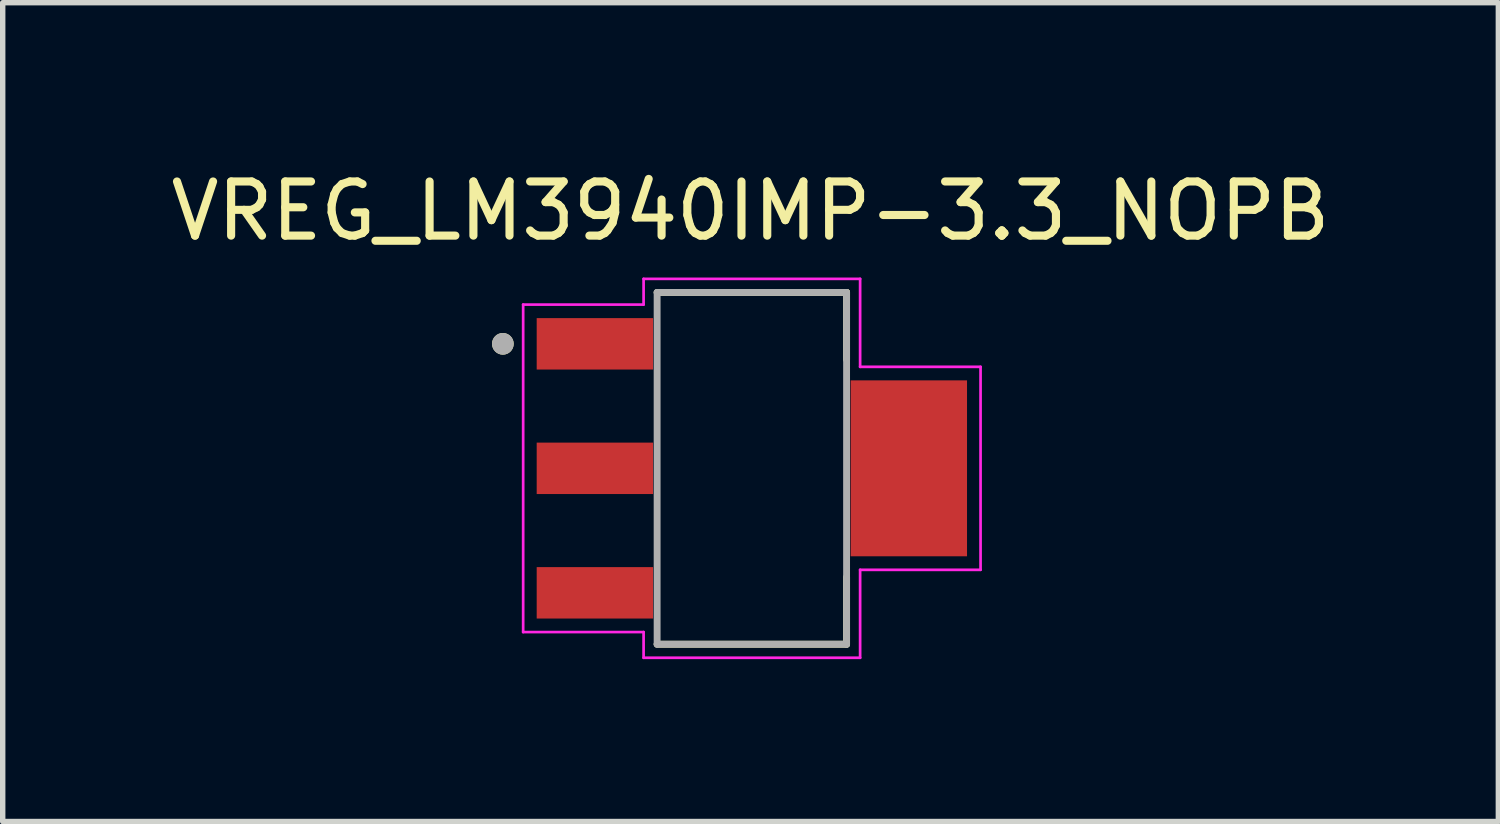
<source format=kicad_pcb>
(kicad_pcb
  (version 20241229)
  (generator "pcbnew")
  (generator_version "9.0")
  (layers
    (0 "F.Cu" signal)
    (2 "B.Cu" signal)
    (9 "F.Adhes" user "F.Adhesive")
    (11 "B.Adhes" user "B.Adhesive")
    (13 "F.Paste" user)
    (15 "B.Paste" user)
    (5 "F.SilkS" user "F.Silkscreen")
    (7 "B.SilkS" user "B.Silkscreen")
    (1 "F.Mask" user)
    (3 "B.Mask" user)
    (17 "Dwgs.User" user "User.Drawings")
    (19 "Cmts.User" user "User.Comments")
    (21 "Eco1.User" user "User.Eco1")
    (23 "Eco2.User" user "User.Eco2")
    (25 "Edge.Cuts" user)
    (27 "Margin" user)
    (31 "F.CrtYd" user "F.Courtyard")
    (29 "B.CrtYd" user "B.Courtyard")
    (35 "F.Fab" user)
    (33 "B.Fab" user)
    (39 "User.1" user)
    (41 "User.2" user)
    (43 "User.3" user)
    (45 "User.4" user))
  (footprint "VREG_LM3940IMP-3.3_NOPB"
    (layer "F.Cu")
    (at 10.84 5.602)
    (property "Reference" "VREG_LM3940IMP-3.3_NOPB" (at -0.025 -4.754 0) (layer "F.SilkS") (effects (font (size 1 1) (thickness 0.15))))
    (attr through_hole)
    (fp_line (start -1.75 -3.25) (end 1.75 -3.25) (stroke (width 0.127) (type solid)) (layer "F.SilkS"))
    (fp_line (start -1.75 3.25) (end 1.75 3.25) (stroke (width 0.127) (type solid)) (layer "F.SilkS"))
    (fp_line (start 1.75 -3.25) (end 1.75 -2.01) (stroke (width 0.127) (type solid)) (layer "F.SilkS"))
    (fp_line (start 1.75 3.25) (end 1.75 2.01) (stroke (width 0.127) (type solid)) (layer "F.SilkS"))
    (fp_circle (center -4.6 -2.3) (end -4.5 -2.3) (stroke (width 0.2) (type solid)) (fill no) (layer "F.SilkS"))
    (fp_line (start -4.225 -3.025) (end -4.225 3.025) (stroke (width 0.05) (type solid)) (layer "F.CrtYd"))
    (fp_line (start -4.225 3.025) (end -2 3.025) (stroke (width 0.05) (type solid)) (layer "F.CrtYd"))
    (fp_line (start -2 -3.5) (end -2 -3.025) (stroke (width 0.05) (type solid)) (layer "F.CrtYd"))
    (fp_line (start -2 -3.025) (end -4.225 -3.025) (stroke (width 0.05) (type solid)) (layer "F.CrtYd"))
    (fp_line (start -2 3.025) (end -2 3.5) (stroke (width 0.05) (type solid)) (layer "F.CrtYd"))
    (fp_line (start -2 3.5) (end 2 3.5) (stroke (width 0.05) (type solid)) (layer "F.CrtYd"))
    (fp_line (start 2 -3.5) (end -2 -3.5) (stroke (width 0.05) (type solid)) (layer "F.CrtYd"))
    (fp_line (start 2 -1.875) (end 2 -3.5) (stroke (width 0.05) (type solid)) (layer "F.CrtYd"))
    (fp_line (start 2 1.875) (end 4.225 1.875) (stroke (width 0.05) (type solid)) (layer "F.CrtYd"))
    (fp_line (start 2 3.5) (end 2 1.875) (stroke (width 0.05) (type solid)) (layer "F.CrtYd"))
    (fp_line (start 4.225 -1.875) (end 2 -1.875) (stroke (width 0.05) (type solid)) (layer "F.CrtYd"))
    (fp_line (start 4.225 1.875) (end 4.225 -1.875) (stroke (width 0.05) (type solid)) (layer "F.CrtYd"))
    (fp_line (start -1.75 -3.25) (end -1.75 3.25) (stroke (width 0.127) (type solid)) (layer "F.Fab"))
    (fp_line (start 1.75 -3.25) (end -1.75 -3.25) (stroke (width 0.127) (type solid)) (layer "F.Fab"))
    (fp_line (start 1.75 -3.25) (end 1.75 3.25) (stroke (width 0.127) (type solid)) (layer "F.Fab"))
    (fp_line (start 1.75 3.25) (end -1.75 3.25) (stroke (width 0.127) (type solid)) (layer "F.Fab"))
    (fp_circle (center -4.6 -2.3) (end -4.5 -2.3) (stroke (width 0.2) (type solid)) (fill no) (layer "F.Fab"))
    (pad "1" smd rect (at -2.9 -2.3 270) (size 0.95 2.15) (layers "F.Cu" "F.Mask" "F.Paste"))
    (pad "2" smd rect (at -2.9 0 270) (size 0.95 2.15) (layers "F.Cu" "F.Mask" "F.Paste"))
    (pad "3" smd rect (at -2.9 2.3 270) (size 0.95 2.15) (layers "F.Cu" "F.Mask" "F.Paste"))
    (pad "4" smd rect (at 2.9 0 270) (size 3.25 2.15) (layers "F.Cu" "F.Mask" "F.Paste")))
  (gr_rect
    (start -3 -3)
    (end 24.631 12.127)
    (stroke (width 0.1) (type default))
    (fill no)
    (layer "Edge.Cuts")))
</source>
